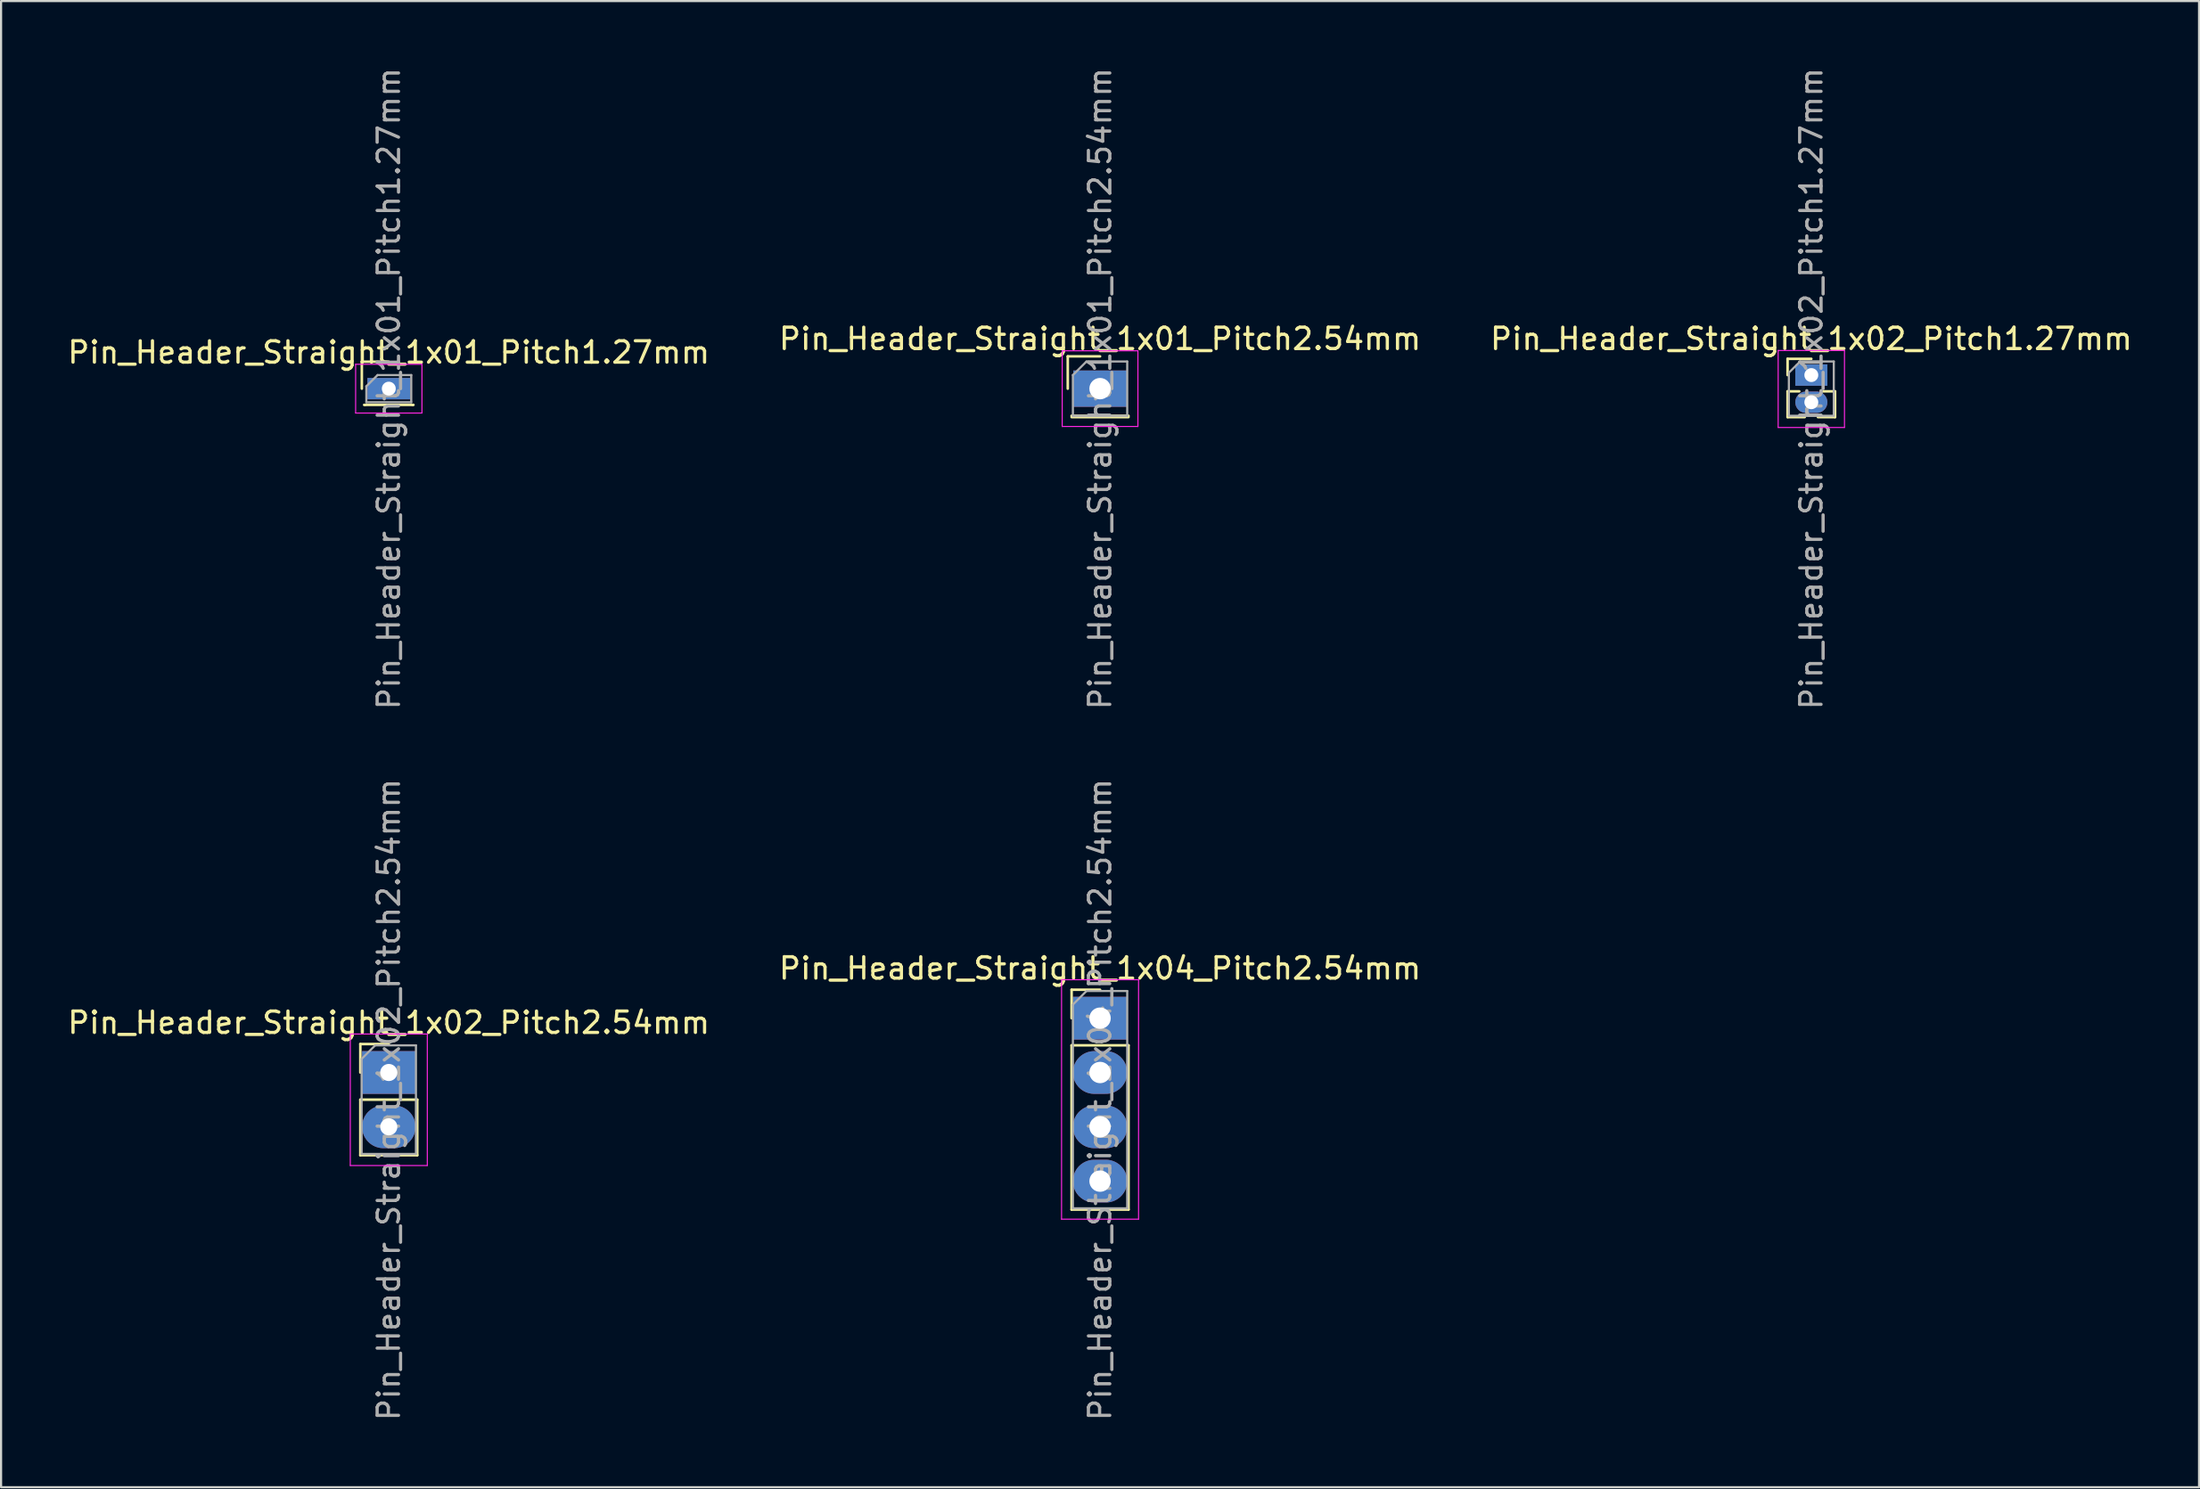
<source format=kicad_pcb>
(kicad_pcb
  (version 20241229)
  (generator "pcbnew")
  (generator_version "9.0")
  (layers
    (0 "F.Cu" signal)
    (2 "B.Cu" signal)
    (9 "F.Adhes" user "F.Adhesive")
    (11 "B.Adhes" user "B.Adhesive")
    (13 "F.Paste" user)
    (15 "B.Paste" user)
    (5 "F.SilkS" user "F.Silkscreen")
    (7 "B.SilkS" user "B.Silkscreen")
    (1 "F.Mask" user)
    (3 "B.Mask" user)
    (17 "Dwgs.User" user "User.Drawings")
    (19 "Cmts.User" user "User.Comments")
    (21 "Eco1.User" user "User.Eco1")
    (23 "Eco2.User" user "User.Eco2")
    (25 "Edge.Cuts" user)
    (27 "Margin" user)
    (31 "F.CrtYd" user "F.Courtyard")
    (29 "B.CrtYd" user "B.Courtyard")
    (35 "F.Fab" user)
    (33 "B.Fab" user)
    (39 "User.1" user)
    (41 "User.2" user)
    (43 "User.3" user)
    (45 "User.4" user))
  (footprint "Pin_Header_Straight_1x02_Pitch1.27mm"
    (layer "F.Cu")
    (at 81.625 14.49)
    (property "Reference" "Pin_Header_Straight_1x02_Pitch1.27mm" (at 0 -1.695 0) (layer "F.SilkS") (effects (font (size 1 1) (thickness 0.15))))
    (attr through_hole)
    (fp_line (start -1.11 -0.76) (end 0 -0.76) (stroke (width 0.12) (type solid)) (layer "F.SilkS"))
    (fp_line (start -1.11 0) (end -1.11 -0.76) (stroke (width 0.12) (type solid)) (layer "F.SilkS"))
    (fp_line (start -1.11 0.76) (end -1.11 1.965) (stroke (width 0.12) (type solid)) (layer "F.SilkS"))
    (fp_line (start -1.11 0.76) (end -0.563 0.76) (stroke (width 0.12) (type solid)) (layer "F.SilkS"))
    (fp_line (start -1.11 1.965) (end -0.308 1.965) (stroke (width 0.12) (type solid)) (layer "F.SilkS"))
    (fp_line (start 0.308 1.965) (end 1.11 1.965) (stroke (width 0.12) (type solid)) (layer "F.SilkS"))
    (fp_line (start 0.563 0.76) (end 1.11 0.76) (stroke (width 0.12) (type solid)) (layer "F.SilkS"))
    (fp_line (start 1.11 0.76) (end 1.11 1.965) (stroke (width 0.12) (type solid)) (layer "F.SilkS"))
    (fp_line (start -1.55 -1.15) (end -1.55 2.45) (stroke (width 0.05) (type solid)) (layer "F.CrtYd"))
    (fp_line (start -1.55 2.45) (end 1.55 2.45) (stroke (width 0.05) (type solid)) (layer "F.CrtYd"))
    (fp_line (start 1.55 -1.15) (end -1.55 -1.15) (stroke (width 0.05) (type solid)) (layer "F.CrtYd"))
    (fp_line (start 1.55 2.45) (end 1.55 -1.15) (stroke (width 0.05) (type solid)) (layer "F.CrtYd"))
    (fp_line (start -1.05 -0.11) (end -0.525 -0.635) (stroke (width 0.1) (type solid)) (layer "F.Fab"))
    (fp_line (start -1.05 1.905) (end -1.05 -0.11) (stroke (width 0.1) (type solid)) (layer "F.Fab"))
    (fp_line (start -0.525 -0.635) (end 1.05 -0.635) (stroke (width 0.1) (type solid)) (layer "F.Fab"))
    (fp_line (start 1.05 -0.635) (end 1.05 1.905) (stroke (width 0.1) (type solid)) (layer "F.Fab"))
    (fp_line (start 1.05 1.905) (end -1.05 1.905) (stroke (width 0.1) (type solid)) (layer "F.Fab"))
    (fp_text user "${REFERENCE}" (at 0 0.635 90) (layer "F.Fab") (effects (font (size 1 1) (thickness 0.15))))
    (pad "1" thru_hole rect (at 0 0) (size 1.5 1) (drill 0.65) (layers "*.Cu" "*.Mask"))
    (pad "2" thru_hole oval (at 0 1.27) (size 1.5 1) (drill 0.65) (layers "*.Cu" "*.Mask")))
  (footprint "Pin_Header_Straight_1x01_Pitch2.54mm"
    (layer "F.Cu")
    (at 48.375 15.125)
    (property "Reference" "Pin_Header_Straight_1x01_Pitch2.54mm" (at 0 -2.33 0) (layer "F.SilkS") (effects (font (size 1 1) (thickness 0.15))))
    (attr through_hole)
    (fp_line (start -1.51 -1.51) (end 0 -1.51) (stroke (width 0.12) (type solid)) (layer "F.SilkS"))
    (fp_line (start -1.51 0) (end -1.51 -1.51) (stroke (width 0.12) (type solid)) (layer "F.SilkS"))
    (fp_line (start -1.33 1.27) (end 1.33 1.27) (stroke (width 0.12) (type solid)) (layer "F.SilkS"))
    (fp_line (start -1.33 1.33) (end 1.33 1.33) (stroke (width 0.12) (type solid)) (layer "F.SilkS"))
    (fp_line (start -1.77 -1.77) (end -1.77 1.77) (stroke (width 0.05) (type solid)) (layer "F.CrtYd"))
    (fp_line (start -1.77 1.77) (end 1.77 1.77) (stroke (width 0.05) (type solid)) (layer "F.CrtYd"))
    (fp_line (start 1.77 -1.77) (end -1.77 -1.77) (stroke (width 0.05) (type solid)) (layer "F.CrtYd"))
    (fp_line (start 1.77 1.77) (end 1.77 -1.77) (stroke (width 0.05) (type solid)) (layer "F.CrtYd"))
    (fp_line (start -1.27 -0.635) (end -0.635 -1.27) (stroke (width 0.1) (type solid)) (layer "F.Fab"))
    (fp_line (start -1.27 1.27) (end -1.27 -0.635) (stroke (width 0.1) (type solid)) (layer "F.Fab"))
    (fp_line (start -0.635 -1.27) (end 1.27 -1.27) (stroke (width 0.1) (type solid)) (layer "F.Fab"))
    (fp_line (start 1.27 -1.27) (end 1.27 1.27) (stroke (width 0.1) (type solid)) (layer "F.Fab"))
    (fp_line (start 1.27 1.27) (end -1.27 1.27) (stroke (width 0.1) (type solid)) (layer "F.Fab"))
    (fp_text user "${REFERENCE}" (at 0 0 90) (layer "F.Fab") (effects (font (size 1 1) (thickness 0.15))))
    (pad "1" thru_hole rect (at 0 0) (size 2.5 1.7) (drill 1) (layers "*.Cu" "*.Mask")))
  (footprint "Pin_Header_Straight_1x01_Pitch1.27mm"
    (layer "F.Cu")
    (at 15.125 15.125)
    (property "Reference" "Pin_Header_Straight_1x01_Pitch1.27mm" (at 0 -1.695 0) (layer "F.SilkS") (effects (font (size 1 1) (thickness 0.15))))
    (attr through_hole)
    (fp_line (start -1.26 -1.26) (end 0 -1.26) (stroke (width 0.12) (type solid)) (layer "F.SilkS"))
    (fp_line (start -1.26 0) (end -1.26 -1.26) (stroke (width 0.12) (type solid)) (layer "F.SilkS"))
    (fp_line (start -1.11 0.76) (end -1.152 0.76) (stroke (width 0.12) (type solid)) (layer "F.SilkS"))
    (fp_line (start -1.11 0.76) (end 1.11 0.76) (stroke (width 0.12) (type solid)) (layer "F.SilkS"))
    (fp_line (start 1.152 0.76) (end 1.11 0.76) (stroke (width 0.12) (type solid)) (layer "F.SilkS"))
    (fp_line (start -1.55 -1.14) (end -1.55 1.14) (stroke (width 0.05) (type solid)) (layer "F.CrtYd"))
    (fp_line (start -1.55 1.14) (end 1.55 1.14) (stroke (width 0.05) (type solid)) (layer "F.CrtYd"))
    (fp_line (start 1.55 -1.14) (end -1.55 -1.14) (stroke (width 0.05) (type solid)) (layer "F.CrtYd"))
    (fp_line (start 1.55 1.14) (end 1.55 -1.14) (stroke (width 0.05) (type solid)) (layer "F.CrtYd"))
    (fp_line (start -1.05 -0.11) (end -0.525 -0.635) (stroke (width 0.1) (type solid)) (layer "F.Fab"))
    (fp_line (start -1.05 0.635) (end -1.05 -0.11) (stroke (width 0.1) (type solid)) (layer "F.Fab"))
    (fp_line (start -0.525 -0.635) (end 1.05 -0.635) (stroke (width 0.1) (type solid)) (layer "F.Fab"))
    (fp_line (start 1.05 -0.635) (end 1.05 0.635) (stroke (width 0.1) (type solid)) (layer "F.Fab"))
    (fp_line (start 1.05 0.635) (end -1.05 0.635) (stroke (width 0.1) (type solid)) (layer "F.Fab"))
    (fp_text user "${REFERENCE}" (at 0 0 90) (layer "F.Fab") (effects (font (size 1 1) (thickness 0.15))))
    (pad "1" thru_hole rect (at 0 0) (size 2 1) (drill 0.65) (layers "*.Cu" "*.Mask")))
  (footprint "Pin_Header_Straight_1x04_Pitch2.54mm"
    (layer "F.Cu")
    (at 48.375 44.565)
    (property "Reference" "Pin_Header_Straight_1x04_Pitch2.54mm" (at 0 -2.33 0) (layer "F.SilkS") (effects (font (size 1 1) (thickness 0.15))))
    (attr through_hole)
    (fp_line (start -1.33 -1.33) (end 0 -1.33) (stroke (width 0.12) (type solid)) (layer "F.SilkS"))
    (fp_line (start -1.33 0) (end -1.33 -1.33) (stroke (width 0.12) (type solid)) (layer "F.SilkS"))
    (fp_line (start -1.33 1.27) (end -1.33 8.95) (stroke (width 0.12) (type solid)) (layer "F.SilkS"))
    (fp_line (start -1.33 1.27) (end 1.33 1.27) (stroke (width 0.12) (type solid)) (layer "F.SilkS"))
    (fp_line (start -1.33 8.95) (end 1.33 8.95) (stroke (width 0.12) (type solid)) (layer "F.SilkS"))
    (fp_line (start 1.33 1.27) (end 1.33 8.95) (stroke (width 0.12) (type solid)) (layer "F.SilkS"))
    (fp_line (start -1.8 -1.8) (end -1.8 9.4) (stroke (width 0.05) (type solid)) (layer "F.CrtYd"))
    (fp_line (start -1.8 9.4) (end 1.8 9.4) (stroke (width 0.05) (type solid)) (layer "F.CrtYd"))
    (fp_line (start 1.8 -1.8) (end -1.8 -1.8) (stroke (width 0.05) (type solid)) (layer "F.CrtYd"))
    (fp_line (start 1.8 9.4) (end 1.8 -1.8) (stroke (width 0.05) (type solid)) (layer "F.CrtYd"))
    (fp_line (start -1.27 -0.635) (end -0.635 -1.27) (stroke (width 0.1) (type solid)) (layer "F.Fab"))
    (fp_line (start -1.27 8.89) (end -1.27 -0.635) (stroke (width 0.1) (type solid)) (layer "F.Fab"))
    (fp_line (start -0.635 -1.27) (end 1.27 -1.27) (stroke (width 0.1) (type solid)) (layer "F.Fab"))
    (fp_line (start 1.27 -1.27) (end 1.27 8.89) (stroke (width 0.1) (type solid)) (layer "F.Fab"))
    (fp_line (start 1.27 8.89) (end -1.27 8.89) (stroke (width 0.1) (type solid)) (layer "F.Fab"))
    (fp_text user "${REFERENCE}" (at 0 3.81 90) (layer "F.Fab") (effects (font (size 1 1) (thickness 0.15))))
    (pad "1" thru_hole rect (at 0 0) (size 2.54 2) (drill 1) (layers "*.Cu" "*.Mask"))
    (pad "2" thru_hole oval (at 0 2.54) (size 2.54 2) (drill 1) (layers "*.Cu" "*.Mask"))
    (pad "3" thru_hole oval (at 0 5.08) (size 2.54 2) (drill 1) (layers "*.Cu" "*.Mask"))
    (pad "4" thru_hole oval (at 0 7.62) (size 2.54 2) (drill 1) (layers "*.Cu" "*.Mask")))
  (footprint "Pin_Header_Straight_1x02_Pitch2.54mm"
    (layer "F.Cu")
    (at 15.125 47.105)
    (property "Reference" "Pin_Header_Straight_1x02_Pitch2.54mm" (at 0 -2.33 0) (layer "F.SilkS") (effects (font (size 1 1) (thickness 0.15))))
    (attr through_hole)
    (fp_line (start -1.33 -1.33) (end 0 -1.33) (stroke (width 0.12) (type solid)) (layer "F.SilkS"))
    (fp_line (start -1.33 0) (end -1.33 -1.33) (stroke (width 0.12) (type solid)) (layer "F.SilkS"))
    (fp_line (start -1.33 1.27) (end -1.33 3.87) (stroke (width 0.12) (type solid)) (layer "F.SilkS"))
    (fp_line (start -1.33 1.27) (end 1.33 1.27) (stroke (width 0.12) (type solid)) (layer "F.SilkS"))
    (fp_line (start -1.33 3.87) (end 1.33 3.87) (stroke (width 0.12) (type solid)) (layer "F.SilkS"))
    (fp_line (start 1.33 1.27) (end 1.33 3.87) (stroke (width 0.12) (type solid)) (layer "F.SilkS"))
    (fp_line (start -1.8 -1.8) (end -1.8 4.35) (stroke (width 0.05) (type solid)) (layer "F.CrtYd"))
    (fp_line (start -1.8 4.35) (end 1.8 4.35) (stroke (width 0.05) (type solid)) (layer "F.CrtYd"))
    (fp_line (start 1.8 -1.8) (end -1.8 -1.8) (stroke (width 0.05) (type solid)) (layer "F.CrtYd"))
    (fp_line (start 1.8 4.35) (end 1.8 -1.8) (stroke (width 0.05) (type solid)) (layer "F.CrtYd"))
    (fp_line (start -1.27 -0.635) (end -0.635 -1.27) (stroke (width 0.1) (type solid)) (layer "F.Fab"))
    (fp_line (start -1.27 3.81) (end -1.27 -0.635) (stroke (width 0.1) (type solid)) (layer "F.Fab"))
    (fp_line (start -0.635 -1.27) (end 1.27 -1.27) (stroke (width 0.1) (type solid)) (layer "F.Fab"))
    (fp_line (start 1.27 -1.27) (end 1.27 3.81) (stroke (width 0.1) (type solid)) (layer "F.Fab"))
    (fp_line (start 1.27 3.81) (end -1.27 3.81) (stroke (width 0.1) (type solid)) (layer "F.Fab"))
    (fp_text user "${REFERENCE}" (at 0 1.27 90) (layer "F.Fab") (effects (font (size 1 1) (thickness 0.15))))
    (pad "1" thru_hole rect (at 0 0) (size 2.5 2) (drill 0.8) (layers "*.Cu" "*.Mask"))
    (pad "2" thru_hole oval (at 0 2.54) (size 2.5 2) (drill 0.8) (layers "*.Cu" "*.Mask")))
  (gr_rect
    (start -3 -3)
    (end 99.75 66.5)
    (stroke (width 0.1) (type default))
    (fill no)
    (layer "Edge.Cuts")))
</source>
